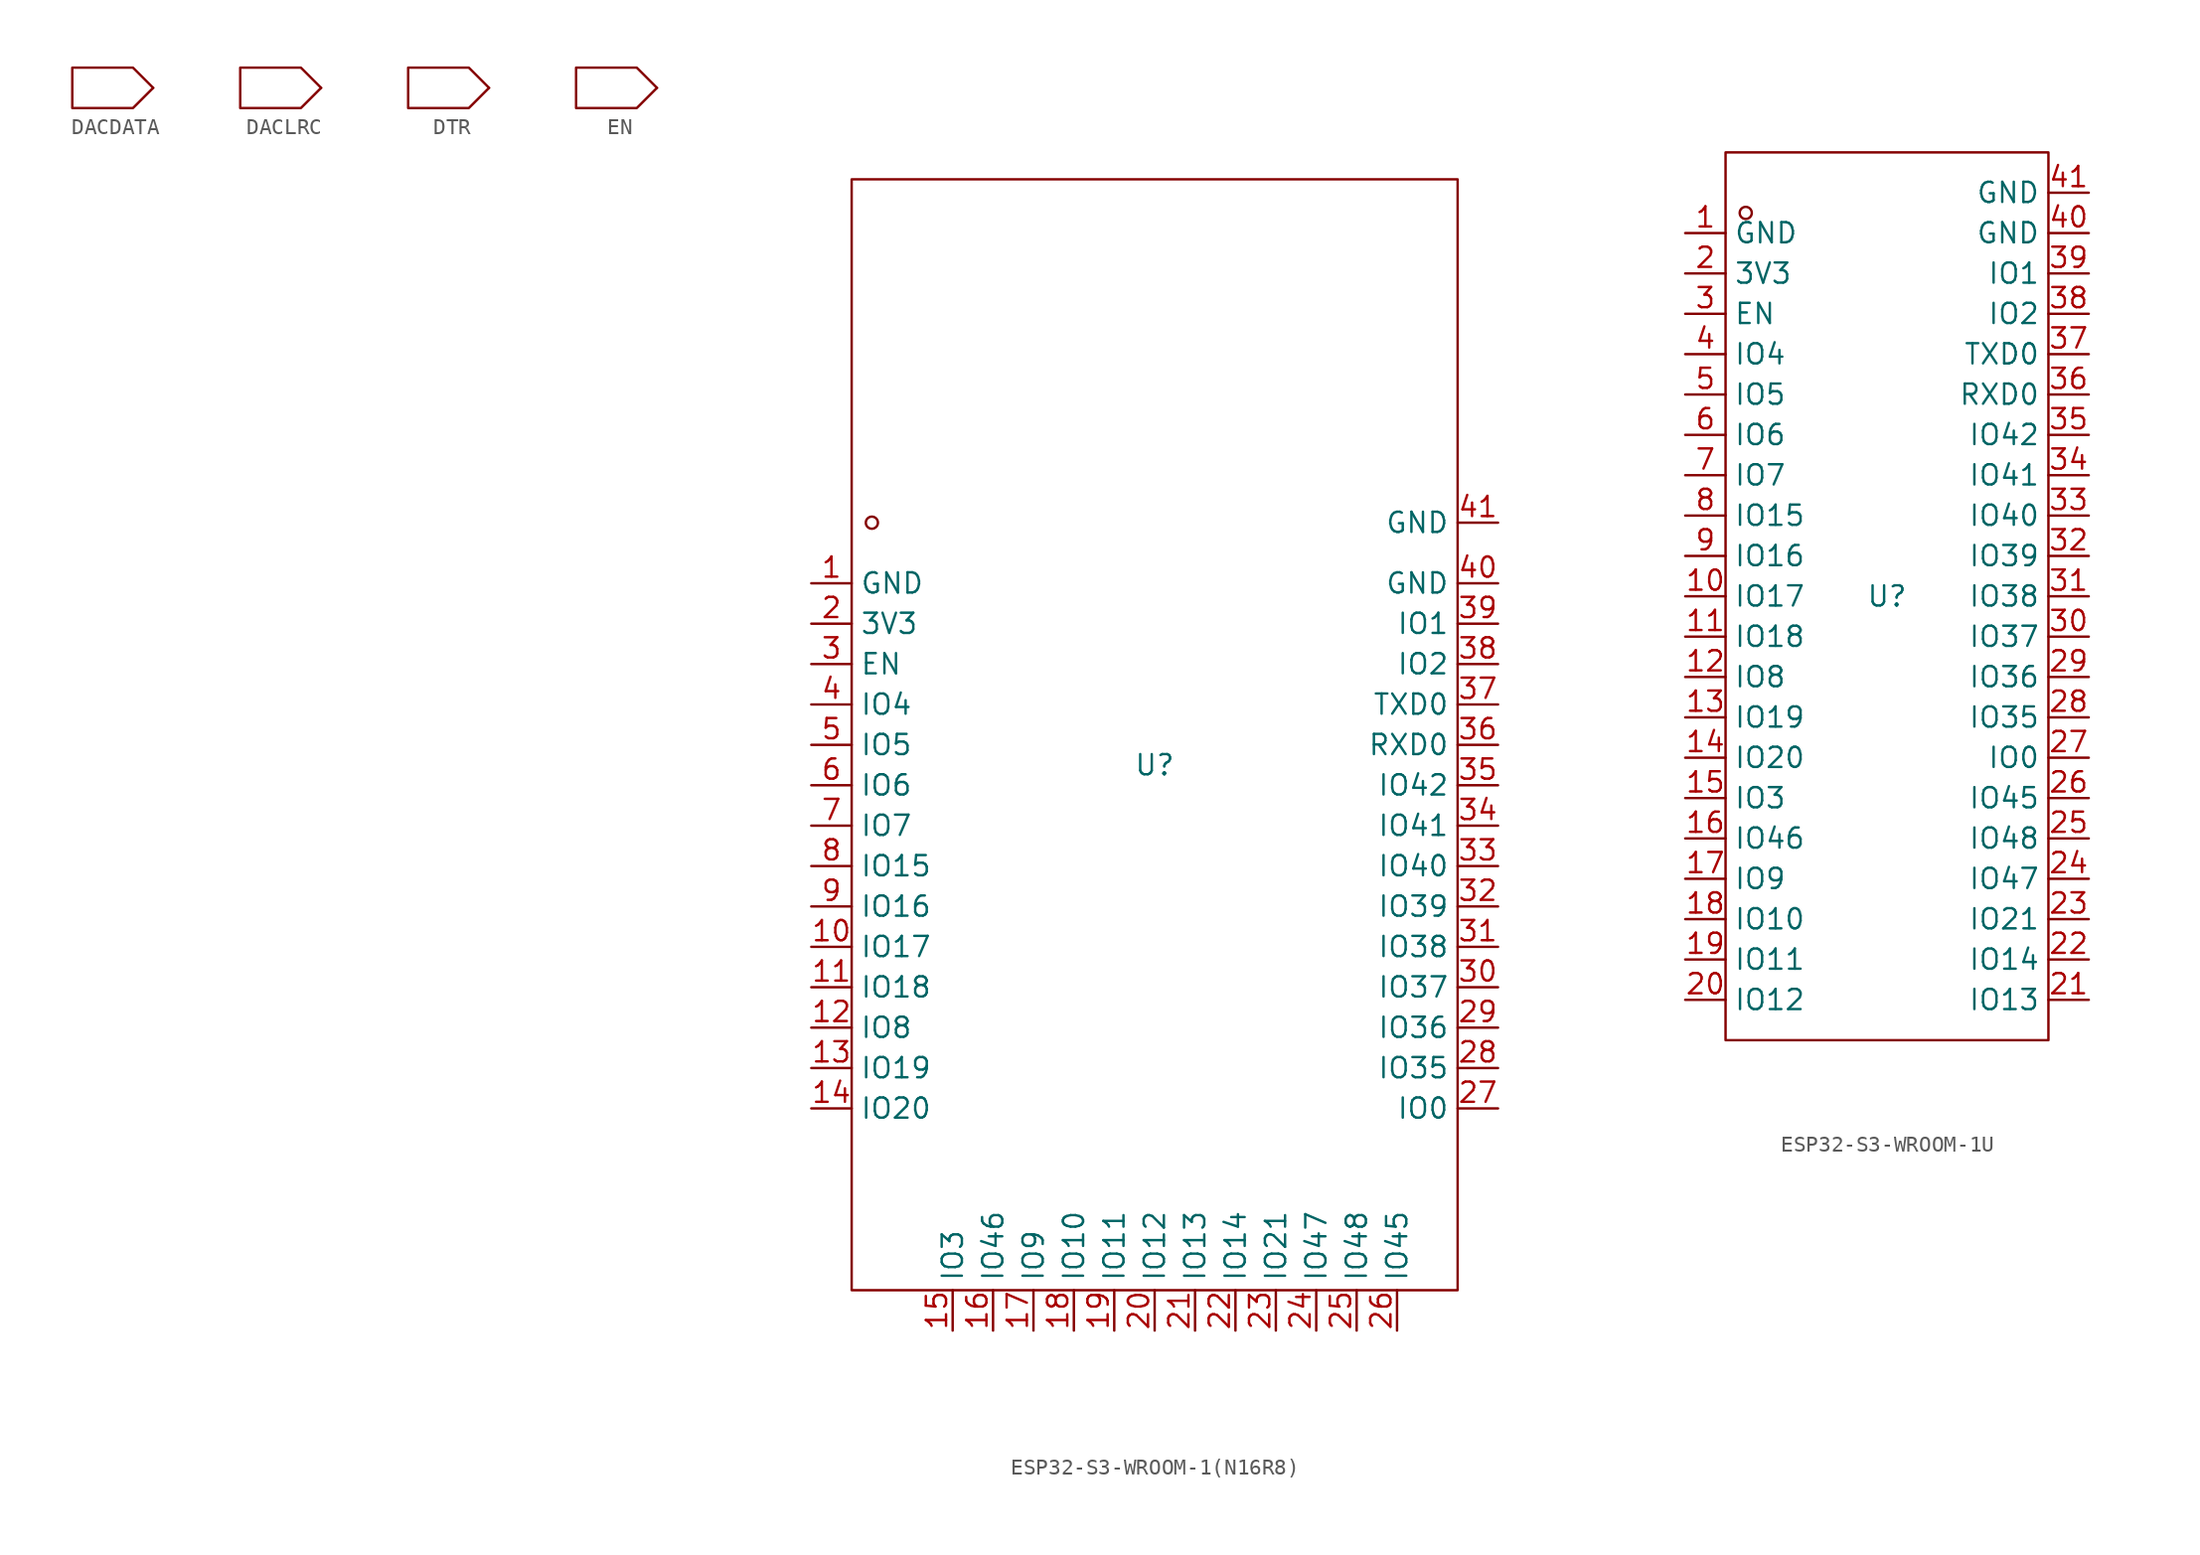
<source format=kicad_sym>
(kicad_symbol_lib
  (version 20231120)
  (generator "kicad_symbol_editor")
  (generator_version "8.0")
  (symbol "DACDATA"
    (power)
    (pin_numbers hide)
    (pin_names hide)
    (property "Reference" "#PWR"
      (at 0 0 0)
      (effects (font (size 1.27 1.27)) (hide yes)))
    (property "Value" ""
      (at 0 0 0)
      (effects (font (size 1.27 1.27))))
    (symbol "DACDATA_1_0"
      (polyline (pts (xy 0 0) (xy -1.27 -1.27) (xy -1.27 -1.27) (xy -5.08 -1.27) (xy -5.08 -1.27) (xy -5.08 1.27) (xy -5.08 1.27) (xy -1.27 1.27) (xy -1.27 1.27) (xy 0 0)) (stroke (width 0) (type default)) (fill (type none)))
      (pin input line (at 0 0 0) (length 0) (name "" (effects (font (size 0.025 0.025)))) (number "1" (effects (font (size 0 0)))))))
  (symbol "DACLRC"
    (power)
    (pin_numbers hide)
    (pin_names hide)
    (property "Reference" "#PWR"
      (at 0 0 0)
      (effects (font (size 1.27 1.27)) (hide yes)))
    (property "Value" ""
      (at 0 0 0)
      (effects (font (size 1.27 1.27))))
    (symbol "DACLRC_1_0"
      (polyline (pts (xy 0 0) (xy -1.27 -1.27) (xy -1.27 -1.27) (xy -5.08 -1.27) (xy -5.08 -1.27) (xy -5.08 1.27) (xy -5.08 1.27) (xy -1.27 1.27) (xy -1.27 1.27) (xy 0 0)) (stroke (width 0) (type default)) (fill (type none)))
      (pin input line (at 0 0 0) (length 0) (name "" (effects (font (size 0.025 0.025)))) (number "1" (effects (font (size 0 0)))))))
  (symbol "DTR"
    (power)
    (pin_numbers hide)
    (pin_names hide)
    (property "Reference" "#PWR"
      (at 0 0 0)
      (effects (font (size 1.27 1.27)) (hide yes)))
    (property "Value" ""
      (at 0 0 0)
      (effects (font (size 1.27 1.27))))
    (symbol "DTR_1_0"
      (polyline (pts (xy 0 0) (xy -1.27 -1.27) (xy -1.27 -1.27) (xy -5.08 -1.27) (xy -5.08 -1.27) (xy -5.08 1.27) (xy -5.08 1.27) (xy -1.27 1.27) (xy -1.27 1.27) (xy 0 0)) (stroke (width 0) (type default)) (fill (type none)))
      (pin input line (at 0 0 0) (length 0) (name "" (effects (font (size 0.025 0.025)))) (number "1" (effects (font (size 0 0)))))))
  (symbol "EN"
    (power)
    (pin_numbers hide)
    (pin_names hide)
    (property "Reference" "#PWR"
      (at 0 0 0)
      (effects (font (size 1.27 1.27)) (hide yes)))
    (property "Value" ""
      (at 0 0 0)
      (effects (font (size 1.27 1.27))))
    (symbol "EN_1_0"
      (polyline (pts (xy 0 0) (xy -1.27 -1.27) (xy -1.27 -1.27) (xy -5.08 -1.27) (xy -5.08 -1.27) (xy -5.08 1.27) (xy -5.08 1.27) (xy -1.27 1.27) (xy -1.27 1.27) (xy 0 0)) (stroke (width 0) (type default)) (fill (type none)))
      (pin input line (at 0 0 0) (length 0) (name "" (effects (font (size 0.025 0.025)))) (number "1" (effects (font (size 0 0)))))))
  (symbol "ESP32-S3-WROOM-1(N16R8)"
    (property "Reference" "U"
      (at 0 0 0)
      (effects (font (size 1.27 1.27))))
    (property "Value" ""
      (at 0 0 0)
      (effects (font (size 1.27 1.27))))
    (symbol "ESP32-S3-WROOM-1(N16R8)_1_0"
      (rectangle (start -19.05 -33.02) (end 19.05 36.83) (stroke (width 0) (type default)) (fill (type none)))
      (circle (center -17.78 15.24) (radius 0.381) (stroke (width 0) (type default)) (fill (type none)))
      (pin unspecified line (at -21.59 11.43 0) (length 2.54) (name "GND" (effects (font (size 1.27 1.27)))) (number "1" (effects (font (size 1.27 1.27)))))
      (pin unspecified line (at -21.59 -11.43 0) (length 2.54) (name "IO17" (effects (font (size 1.27 1.27)))) (number "10" (effects (font (size 1.27 1.27)))))
      (pin unspecified line (at -21.59 -13.97 0) (length 2.54) (name "IO18" (effects (font (size 1.27 1.27)))) (number "11" (effects (font (size 1.27 1.27)))))
      (pin unspecified line (at -21.59 -16.51 0) (length 2.54) (name "IO8" (effects (font (size 1.27 1.27)))) (number "12" (effects (font (size 1.27 1.27)))))
      (pin unspecified line (at -21.59 -19.05 0) (length 2.54) (name "IO19" (effects (font (size 1.27 1.27)))) (number "13" (effects (font (size 1.27 1.27)))))
      (pin unspecified line (at -21.59 -21.59 0) (length 2.54) (name "IO20" (effects (font (size 1.27 1.27)))) (number "14" (effects (font (size 1.27 1.27)))))
      (pin unspecified line (at -12.7 -35.56 90) (length 2.54) (name "IO3" (effects (font (size 1.27 1.27)))) (number "15" (effects (font (size 1.27 1.27)))))
      (pin unspecified line (at -10.16 -35.56 90) (length 2.54) (name "IO46" (effects (font (size 1.27 1.27)))) (number "16" (effects (font (size 1.27 1.27)))))
      (pin unspecified line (at -7.62 -35.56 90) (length 2.54) (name "IO9" (effects (font (size 1.27 1.27)))) (number "17" (effects (font (size 1.27 1.27)))))
      (pin unspecified line (at -5.08 -35.56 90) (length 2.54) (name "IO10" (effects (font (size 1.27 1.27)))) (number "18" (effects (font (size 1.27 1.27)))))
      (pin unspecified line (at -2.54 -35.56 90) (length 2.54) (name "IO11" (effects (font (size 1.27 1.27)))) (number "19" (effects (font (size 1.27 1.27)))))
      (pin unspecified line (at -21.59 8.89 0) (length 2.54) (name "3V3" (effects (font (size 1.27 1.27)))) (number "2" (effects (font (size 1.27 1.27)))))
      (pin unspecified line (at 0 -35.56 90) (length 2.54) (name "IO12" (effects (font (size 1.27 1.27)))) (number "20" (effects (font (size 1.27 1.27)))))
      (pin unspecified line (at 2.54 -35.56 90) (length 2.54) (name "IO13" (effects (font (size 1.27 1.27)))) (number "21" (effects (font (size 1.27 1.27)))))
      (pin unspecified line (at 5.08 -35.56 90) (length 2.54) (name "IO14" (effects (font (size 1.27 1.27)))) (number "22" (effects (font (size 1.27 1.27)))))
      (pin unspecified line (at 7.62 -35.56 90) (length 2.54) (name "IO21" (effects (font (size 1.27 1.27)))) (number "23" (effects (font (size 1.27 1.27)))))
      (pin unspecified line (at 10.16 -35.56 90) (length 2.54) (name "IO47" (effects (font (size 1.27 1.27)))) (number "24" (effects (font (size 1.27 1.27)))))
      (pin unspecified line (at 12.7 -35.56 90) (length 2.54) (name "IO48" (effects (font (size 1.27 1.27)))) (number "25" (effects (font (size 1.27 1.27)))))
      (pin unspecified line (at 15.24 -35.56 90) (length 2.54) (name "IO45" (effects (font (size 1.27 1.27)))) (number "26" (effects (font (size 1.27 1.27)))))
      (pin unspecified line (at 21.59 -21.59 180) (length 2.54) (name "IO0" (effects (font (size 1.27 1.27)))) (number "27" (effects (font (size 1.27 1.27)))))
      (pin unspecified line (at 21.59 -19.05 180) (length 2.54) (name "IO35" (effects (font (size 1.27 1.27)))) (number "28" (effects (font (size 1.27 1.27)))))
      (pin unspecified line (at 21.59 -16.51 180) (length 2.54) (name "IO36" (effects (font (size 1.27 1.27)))) (number "29" (effects (font (size 1.27 1.27)))))
      (pin unspecified line (at -21.59 6.35 0) (length 2.54) (name "EN" (effects (font (size 1.27 1.27)))) (number "3" (effects (font (size 1.27 1.27)))))
      (pin unspecified line (at 21.59 -13.97 180) (length 2.54) (name "IO37" (effects (font (size 1.27 1.27)))) (number "30" (effects (font (size 1.27 1.27)))))
      (pin unspecified line (at 21.59 -11.43 180) (length 2.54) (name "IO38" (effects (font (size 1.27 1.27)))) (number "31" (effects (font (size 1.27 1.27)))))
      (pin unspecified line (at 21.59 -8.89 180) (length 2.54) (name "IO39" (effects (font (size 1.27 1.27)))) (number "32" (effects (font (size 1.27 1.27)))))
      (pin unspecified line (at 21.59 -6.35 180) (length 2.54) (name "IO40" (effects (font (size 1.27 1.27)))) (number "33" (effects (font (size 1.27 1.27)))))
      (pin unspecified line (at 21.59 -3.81 180) (length 2.54) (name "IO41" (effects (font (size 1.27 1.27)))) (number "34" (effects (font (size 1.27 1.27)))))
      (pin unspecified line (at 21.59 -1.27 180) (length 2.54) (name "IO42" (effects (font (size 1.27 1.27)))) (number "35" (effects (font (size 1.27 1.27)))))
      (pin unspecified line (at 21.59 1.27 180) (length 2.54) (name "RXD0" (effects (font (size 1.27 1.27)))) (number "36" (effects (font (size 1.27 1.27)))))
      (pin unspecified line (at 21.59 3.81 180) (length 2.54) (name "TXD0" (effects (font (size 1.27 1.27)))) (number "37" (effects (font (size 1.27 1.27)))))
      (pin unspecified line (at 21.59 6.35 180) (length 2.54) (name "IO2" (effects (font (size 1.27 1.27)))) (number "38" (effects (font (size 1.27 1.27)))))
      (pin unspecified line (at 21.59 8.89 180) (length 2.54) (name "IO1" (effects (font (size 1.27 1.27)))) (number "39" (effects (font (size 1.27 1.27)))))
      (pin unspecified line (at -21.59 3.81 0) (length 2.54) (name "IO4" (effects (font (size 1.27 1.27)))) (number "4" (effects (font (size 1.27 1.27)))))
      (pin unspecified line (at 21.59 11.43 180) (length 2.54) (name "GND" (effects (font (size 1.27 1.27)))) (number "40" (effects (font (size 1.27 1.27)))))
      (pin unspecified line (at 21.59 15.24 180) (length 2.54) (name "GND" (effects (font (size 1.27 1.27)))) (number "41" (effects (font (size 1.27 1.27)))))
      (pin unspecified line (at -21.59 1.27 0) (length 2.54) (name "IO5" (effects (font (size 1.27 1.27)))) (number "5" (effects (font (size 1.27 1.27)))))
      (pin unspecified line (at -21.59 -1.27 0) (length 2.54) (name "IO6" (effects (font (size 1.27 1.27)))) (number "6" (effects (font (size 1.27 1.27)))))
      (pin unspecified line (at -21.59 -3.81 0) (length 2.54) (name "IO7" (effects (font (size 1.27 1.27)))) (number "7" (effects (font (size 1.27 1.27)))))
      (pin unspecified line (at -21.59 -6.35 0) (length 2.54) (name "IO15" (effects (font (size 1.27 1.27)))) (number "8" (effects (font (size 1.27 1.27)))))
      (pin unspecified line (at -21.59 -8.89 0) (length 2.54) (name "IO16" (effects (font (size 1.27 1.27)))) (number "9" (effects (font (size 1.27 1.27)))))))
  (symbol "ESP32-S3-WROOM-1U"
    (property "Reference" "U"
      (at 0 0 0)
      (effects (font (size 1.27 1.27))))
    (property "Value" ""
      (at 0 0 0)
      (effects (font (size 1.27 1.27))))
    (symbol "ESP32-S3-WROOM-1U_1_0"
      (rectangle (start -10.16 -27.94) (end 10.16 27.94) (stroke (width 0) (type default)) (fill (type none)))
      (circle (center -8.89 24.13) (radius 0.381) (stroke (width 0) (type default)) (fill (type none)))
      (pin unspecified line (at -12.7 22.86 0) (length 2.54) (name "GND" (effects (font (size 1.27 1.27)))) (number "1" (effects (font (size 1.27 1.27)))))
      (pin unspecified line (at -12.7 0 0) (length 2.54) (name "IO17" (effects (font (size 1.27 1.27)))) (number "10" (effects (font (size 1.27 1.27)))))
      (pin unspecified line (at -12.7 -2.54 0) (length 2.54) (name "IO18" (effects (font (size 1.27 1.27)))) (number "11" (effects (font (size 1.27 1.27)))))
      (pin unspecified line (at -12.7 -5.08 0) (length 2.54) (name "IO8" (effects (font (size 1.27 1.27)))) (number "12" (effects (font (size 1.27 1.27)))))
      (pin unspecified line (at -12.7 -7.62 0) (length 2.54) (name "IO19" (effects (font (size 1.27 1.27)))) (number "13" (effects (font (size 1.27 1.27)))))
      (pin unspecified line (at -12.7 -10.16 0) (length 2.54) (name "IO20" (effects (font (size 1.27 1.27)))) (number "14" (effects (font (size 1.27 1.27)))))
      (pin unspecified line (at -12.7 -12.7 0) (length 2.54) (name "IO3" (effects (font (size 1.27 1.27)))) (number "15" (effects (font (size 1.27 1.27)))))
      (pin unspecified line (at -12.7 -15.24 0) (length 2.54) (name "IO46" (effects (font (size 1.27 1.27)))) (number "16" (effects (font (size 1.27 1.27)))))
      (pin unspecified line (at -12.7 -17.78 0) (length 2.54) (name "IO9" (effects (font (size 1.27 1.27)))) (number "17" (effects (font (size 1.27 1.27)))))
      (pin unspecified line (at -12.7 -20.32 0) (length 2.54) (name "IO10" (effects (font (size 1.27 1.27)))) (number "18" (effects (font (size 1.27 1.27)))))
      (pin unspecified line (at -12.7 -22.86 0) (length 2.54) (name "IO11" (effects (font (size 1.27 1.27)))) (number "19" (effects (font (size 1.27 1.27)))))
      (pin unspecified line (at -12.7 20.32 0) (length 2.54) (name "3V3" (effects (font (size 1.27 1.27)))) (number "2" (effects (font (size 1.27 1.27)))))
      (pin unspecified line (at -12.7 -25.4 0) (length 2.54) (name "IO12" (effects (font (size 1.27 1.27)))) (number "20" (effects (font (size 1.27 1.27)))))
      (pin unspecified line (at 12.7 -25.4 180) (length 2.54) (name "IO13" (effects (font (size 1.27 1.27)))) (number "21" (effects (font (size 1.27 1.27)))))
      (pin unspecified line (at 12.7 -22.86 180) (length 2.54) (name "IO14" (effects (font (size 1.27 1.27)))) (number "22" (effects (font (size 1.27 1.27)))))
      (pin unspecified line (at 12.7 -20.32 180) (length 2.54) (name "IO21" (effects (font (size 1.27 1.27)))) (number "23" (effects (font (size 1.27 1.27)))))
      (pin unspecified line (at 12.7 -17.78 180) (length 2.54) (name "IO47" (effects (font (size 1.27 1.27)))) (number "24" (effects (font (size 1.27 1.27)))))
      (pin unspecified line (at 12.7 -15.24 180) (length 2.54) (name "IO48" (effects (font (size 1.27 1.27)))) (number "25" (effects (font (size 1.27 1.27)))))
      (pin unspecified line (at 12.7 -12.7 180) (length 2.54) (name "IO45" (effects (font (size 1.27 1.27)))) (number "26" (effects (font (size 1.27 1.27)))))
      (pin unspecified line (at 12.7 -10.16 180) (length 2.54) (name "IO0" (effects (font (size 1.27 1.27)))) (number "27" (effects (font (size 1.27 1.27)))))
      (pin unspecified line (at 12.7 -7.62 180) (length 2.54) (name "IO35" (effects (font (size 1.27 1.27)))) (number "28" (effects (font (size 1.27 1.27)))))
      (pin unspecified line (at 12.7 -5.08 180) (length 2.54) (name "IO36" (effects (font (size 1.27 1.27)))) (number "29" (effects (font (size 1.27 1.27)))))
      (pin unspecified line (at -12.7 17.78 0) (length 2.54) (name "EN" (effects (font (size 1.27 1.27)))) (number "3" (effects (font (size 1.27 1.27)))))
      (pin unspecified line (at 12.7 -2.54 180) (length 2.54) (name "IO37" (effects (font (size 1.27 1.27)))) (number "30" (effects (font (size 1.27 1.27)))))
      (pin unspecified line (at 12.7 0 180) (length 2.54) (name "IO38" (effects (font (size 1.27 1.27)))) (number "31" (effects (font (size 1.27 1.27)))))
      (pin unspecified line (at 12.7 2.54 180) (length 2.54) (name "IO39" (effects (font (size 1.27 1.27)))) (number "32" (effects (font (size 1.27 1.27)))))
      (pin unspecified line (at 12.7 5.08 180) (length 2.54) (name "IO40" (effects (font (size 1.27 1.27)))) (number "33" (effects (font (size 1.27 1.27)))))
      (pin unspecified line (at 12.7 7.62 180) (length 2.54) (name "IO41" (effects (font (size 1.27 1.27)))) (number "34" (effects (font (size 1.27 1.27)))))
      (pin unspecified line (at 12.7 10.16 180) (length 2.54) (name "IO42" (effects (font (size 1.27 1.27)))) (number "35" (effects (font (size 1.27 1.27)))))
      (pin unspecified line (at 12.7 12.7 180) (length 2.54) (name "RXD0" (effects (font (size 1.27 1.27)))) (number "36" (effects (font (size 1.27 1.27)))))
      (pin unspecified line (at 12.7 15.24 180) (length 2.54) (name "TXD0" (effects (font (size 1.27 1.27)))) (number "37" (effects (font (size 1.27 1.27)))))
      (pin unspecified line (at 12.7 17.78 180) (length 2.54) (name "IO2" (effects (font (size 1.27 1.27)))) (number "38" (effects (font (size 1.27 1.27)))))
      (pin unspecified line (at 12.7 20.32 180) (length 2.54) (name "IO1" (effects (font (size 1.27 1.27)))) (number "39" (effects (font (size 1.27 1.27)))))
      (pin unspecified line (at -12.7 15.24 0) (length 2.54) (name "IO4" (effects (font (size 1.27 1.27)))) (number "4" (effects (font (size 1.27 1.27)))))
      (pin unspecified line (at 12.7 22.86 180) (length 2.54) (name "GND" (effects (font (size 1.27 1.27)))) (number "40" (effects (font (size 1.27 1.27)))))
      (pin unspecified line (at 12.7 25.4 180) (length 2.54) (name "GND" (effects (font (size 1.27 1.27)))) (number "41" (effects (font (size 1.27 1.27)))))
      (pin unspecified line (at -12.7 12.7 0) (length 2.54) (name "IO5" (effects (font (size 1.27 1.27)))) (number "5" (effects (font (size 1.27 1.27)))))
      (pin unspecified line (at -12.7 10.16 0) (length 2.54) (name "IO6" (effects (font (size 1.27 1.27)))) (number "6" (effects (font (size 1.27 1.27)))))
      (pin unspecified line (at -12.7 7.62 0) (length 2.54) (name "IO7" (effects (font (size 1.27 1.27)))) (number "7" (effects (font (size 1.27 1.27)))))
      (pin unspecified line (at -12.7 5.08 0) (length 2.54) (name "IO15" (effects (font (size 1.27 1.27)))) (number "8" (effects (font (size 1.27 1.27)))))
      (pin unspecified line (at -12.7 2.54 0) (length 2.54) (name "IO16" (effects (font (size 1.27 1.27)))) (number "9" (effects (font (size 1.27 1.27))))))))
</source>
